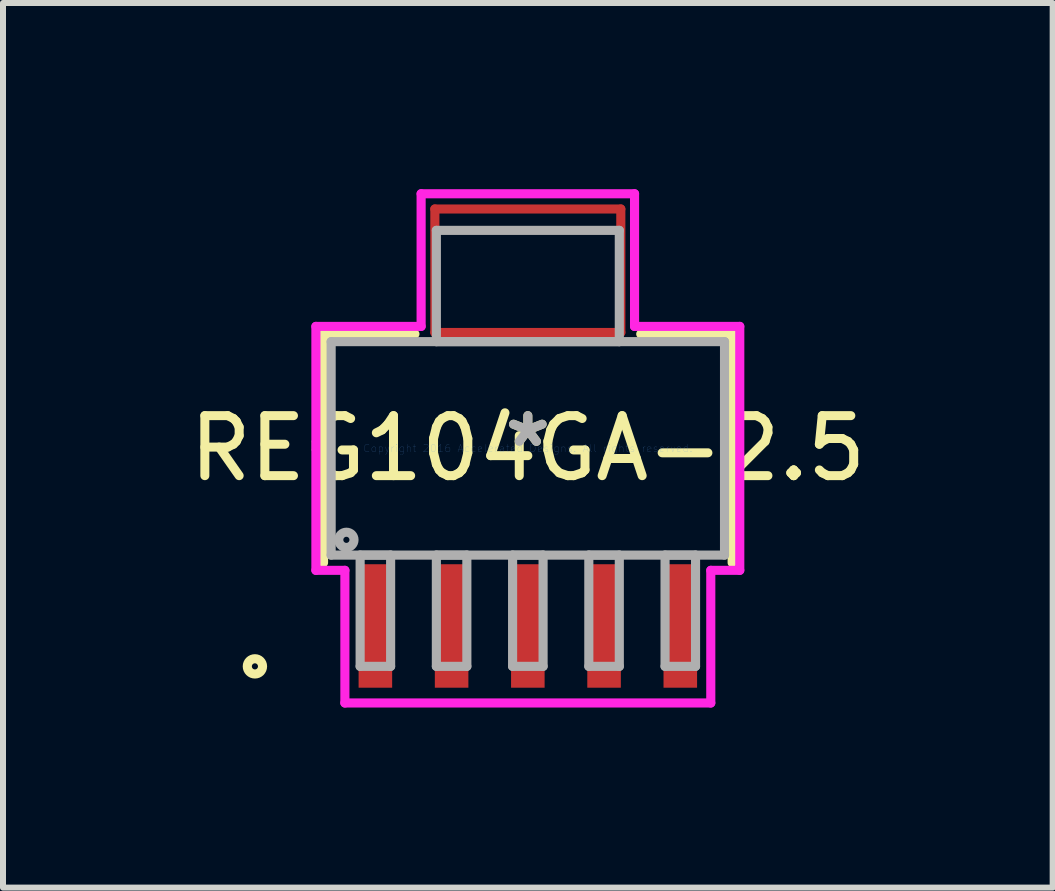
<source format=kicad_pcb>
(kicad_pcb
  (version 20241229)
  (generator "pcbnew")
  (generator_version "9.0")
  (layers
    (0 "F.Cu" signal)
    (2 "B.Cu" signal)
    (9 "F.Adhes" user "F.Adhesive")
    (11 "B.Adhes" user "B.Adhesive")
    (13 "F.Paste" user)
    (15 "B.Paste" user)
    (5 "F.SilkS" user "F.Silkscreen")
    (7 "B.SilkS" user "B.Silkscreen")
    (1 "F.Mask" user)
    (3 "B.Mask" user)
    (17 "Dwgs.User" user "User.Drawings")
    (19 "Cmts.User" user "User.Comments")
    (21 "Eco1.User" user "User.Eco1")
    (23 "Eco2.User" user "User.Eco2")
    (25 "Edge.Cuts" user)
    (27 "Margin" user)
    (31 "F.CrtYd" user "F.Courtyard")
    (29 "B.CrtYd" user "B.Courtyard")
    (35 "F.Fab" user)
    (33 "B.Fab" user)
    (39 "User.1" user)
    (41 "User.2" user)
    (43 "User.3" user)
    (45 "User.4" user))
  (footprint "REG104GA-2.5"
    (layer "F.Cu")
    (at 5.744 4.42)
    (property "Reference" "REG104GA-2.5" (at 0 0 0) (layer "F.SilkS") (effects (font (size 1 1) (thickness 0.15))))
    (attr through_hole)
    (fp_line (start -1.549 -3.988) (end -1.549 -1.93) (stroke (width 0.152) (type solid)) (layer "F.Cu"))
    (fp_line (start -1.549 -1.93) (end 1.549 -1.93) (stroke (width 0.152) (type solid)) (layer "F.Cu"))
    (fp_line (start 1.549 -3.988) (end -1.549 -3.988) (stroke (width 0.152) (type solid)) (layer "F.Cu"))
    (fp_line (start 1.549 -1.93) (end 1.549 -3.988) (stroke (width 0.152) (type solid)) (layer "F.Cu"))
    (fp_line (start -1.575 -4.343) (end -1.575 -1.575) (stroke (width 0.152) (type solid)) (layer "F.Mask"))
    (fp_line (start -1.575 -1.575) (end 1.575 -1.575) (stroke (width 0.152) (type solid)) (layer "F.Mask"))
    (fp_line (start 1.575 -4.343) (end -1.575 -4.343) (stroke (width 0.152) (type solid)) (layer "F.Mask"))
    (fp_line (start 1.575 -1.575) (end 1.575 -4.343) (stroke (width 0.152) (type solid)) (layer "F.Mask"))
    (fp_line (start -3.404 -1.905) (end -3.404 1.905) (stroke (width 0.152) (type solid)) (layer "F.SilkS"))
    (fp_line (start -1.881 -1.905) (end -3.404 -1.905) (stroke (width 0.152) (type solid)) (layer "F.SilkS"))
    (fp_line (start 3.404 -1.905) (end 1.881 -1.905) (stroke (width 0.152) (type solid)) (layer "F.SilkS"))
    (fp_line (start 3.404 1.905) (end 3.404 -1.905) (stroke (width 0.152) (type solid)) (layer "F.SilkS"))
    (fp_circle (center -4.547 3.632) (end -4.42 3.632) (stroke (width 0.152) (type solid)) (fill no) (layer "F.SilkS"))
    (fp_line (start -1.549 -3.988) (end -1.549 -1.93) (stroke (width 0.152) (type solid)) (layer "F.Paste"))
    (fp_line (start -1.549 -1.93) (end 1.549 -1.93) (stroke (width 0.152) (type solid)) (layer "F.Paste"))
    (fp_line (start 1.549 -3.988) (end -1.549 -3.988) (stroke (width 0.152) (type solid)) (layer "F.Paste"))
    (fp_line (start 1.549 -1.93) (end 1.549 -3.988) (stroke (width 0.152) (type solid)) (layer "F.Paste"))
    (fp_line (start -3.531 -2.032) (end -1.778 -2.032) (stroke (width 0.152) (type solid)) (layer "F.CrtYd"))
    (fp_line (start -3.531 2.032) (end -3.531 -2.032) (stroke (width 0.152) (type solid)) (layer "F.CrtYd"))
    (fp_line (start -3.048 2.032) (end -3.531 2.032) (stroke (width 0.152) (type solid)) (layer "F.CrtYd"))
    (fp_line (start -3.048 4.242) (end -3.048 2.032) (stroke (width 0.152) (type solid)) (layer "F.CrtYd"))
    (fp_line (start -1.778 -4.242) (end 1.778 -4.242) (stroke (width 0.152) (type solid)) (layer "F.CrtYd"))
    (fp_line (start -1.778 -2.032) (end -1.778 -4.242) (stroke (width 0.152) (type solid)) (layer "F.CrtYd"))
    (fp_line (start 1.778 -4.242) (end 1.778 -2.032) (stroke (width 0.152) (type solid)) (layer "F.CrtYd"))
    (fp_line (start 1.778 -2.032) (end 3.531 -2.032) (stroke (width 0.152) (type solid)) (layer "F.CrtYd"))
    (fp_line (start 3.048 2.032) (end 3.048 4.242) (stroke (width 0.152) (type solid)) (layer "F.CrtYd"))
    (fp_line (start 3.048 4.242) (end -3.048 4.242) (stroke (width 0.152) (type solid)) (layer "F.CrtYd"))
    (fp_line (start 3.531 -2.032) (end 3.531 2.032) (stroke (width 0.152) (type solid)) (layer "F.CrtYd"))
    (fp_line (start 3.531 2.032) (end 3.048 2.032) (stroke (width 0.152) (type solid)) (layer "F.CrtYd"))
    (fp_line (start -3.277 -1.778) (end -3.277 1.778) (stroke (width 0.152) (type solid)) (layer "F.Fab"))
    (fp_line (start -3.277 1.778) (end 3.277 1.778) (stroke (width 0.152) (type solid)) (layer "F.Fab"))
    (fp_line (start -2.794 1.778) (end -2.794 3.632) (stroke (width 0.152) (type solid)) (layer "F.Fab"))
    (fp_line (start -2.794 3.632) (end -2.286 3.632) (stroke (width 0.152) (type solid)) (layer "F.Fab"))
    (fp_line (start -2.286 1.778) (end -2.794 1.778) (stroke (width 0.152) (type solid)) (layer "F.Fab"))
    (fp_line (start -2.286 3.632) (end -2.286 1.778) (stroke (width 0.152) (type solid)) (layer "F.Fab"))
    (fp_line (start -1.524 -3.632) (end -1.524 -1.778) (stroke (width 0.152) (type solid)) (layer "F.Fab"))
    (fp_line (start -1.524 -1.778) (end 1.524 -1.778) (stroke (width 0.152) (type solid)) (layer "F.Fab"))
    (fp_line (start -1.524 1.778) (end -1.524 3.632) (stroke (width 0.152) (type solid)) (layer "F.Fab"))
    (fp_line (start -1.524 3.632) (end -1.016 3.632) (stroke (width 0.152) (type solid)) (layer "F.Fab"))
    (fp_line (start -1.016 1.778) (end -1.524 1.778) (stroke (width 0.152) (type solid)) (layer "F.Fab"))
    (fp_line (start -1.016 3.632) (end -1.016 1.778) (stroke (width 0.152) (type solid)) (layer "F.Fab"))
    (fp_line (start -0.254 1.778) (end -0.254 3.632) (stroke (width 0.152) (type solid)) (layer "F.Fab"))
    (fp_line (start -0.254 3.632) (end 0.254 3.632) (stroke (width 0.152) (type solid)) (layer "F.Fab"))
    (fp_line (start 0.254 1.778) (end -0.254 1.778) (stroke (width 0.152) (type solid)) (layer "F.Fab"))
    (fp_line (start 0.254 3.632) (end 0.254 1.778) (stroke (width 0.152) (type solid)) (layer "F.Fab"))
    (fp_line (start 1.016 1.778) (end 1.016 3.632) (stroke (width 0.152) (type solid)) (layer "F.Fab"))
    (fp_line (start 1.016 3.632) (end 1.524 3.632) (stroke (width 0.152) (type solid)) (layer "F.Fab"))
    (fp_line (start 1.524 -3.632) (end -1.524 -3.632) (stroke (width 0.152) (type solid)) (layer "F.Fab"))
    (fp_line (start 1.524 -1.778) (end 1.524 -3.632) (stroke (width 0.152) (type solid)) (layer "F.Fab"))
    (fp_line (start 1.524 1.778) (end 1.016 1.778) (stroke (width 0.152) (type solid)) (layer "F.Fab"))
    (fp_line (start 1.524 3.632) (end 1.524 1.778) (stroke (width 0.152) (type solid)) (layer "F.Fab"))
    (fp_line (start 2.286 1.778) (end 2.286 3.632) (stroke (width 0.152) (type solid)) (layer "F.Fab"))
    (fp_line (start 2.286 3.632) (end 2.794 3.632) (stroke (width 0.152) (type solid)) (layer "F.Fab"))
    (fp_line (start 2.794 1.778) (end 2.286 1.778) (stroke (width 0.152) (type solid)) (layer "F.Fab"))
    (fp_line (start 2.794 3.632) (end 2.794 1.778) (stroke (width 0.152) (type solid)) (layer "F.Fab"))
    (fp_line (start 3.277 -1.778) (end -3.277 -1.778) (stroke (width 0.152) (type solid)) (layer "F.Fab"))
    (fp_line (start 3.277 1.778) (end 3.277 -1.778) (stroke (width 0.152) (type solid)) (layer "F.Fab"))
    (fp_circle (center -3.023 1.524) (end -2.896 1.524) (stroke (width 0.152) (type solid)) (fill no) (layer "F.Fab"))
    (fp_text user "*" (at 0 0 0) (layer "F.SilkS") (effects (font (size 1 1) (thickness 0.15))))
    (fp_text user "Copyright 2016 Accelerated Designs. All rights reserved." (at 0 0 0) (layer "Cmts.User") (effects (font (size 0.127 0.127) (thickness 0.002))))
    (fp_text user "*" (at 0 0 0) (layer "F.Fab") (effects (font (size 1 1) (thickness 0.15))))
    (pad "1" smd rect (at -2.54 2.959) (size 0.559 2.057) (layers "F.Cu" "F.Mask" "F.Paste"))
    (pad "2" smd rect (at -1.27 2.959) (size 0.559 2.057) (layers "F.Cu" "F.Mask" "F.Paste"))
    (pad "3" smd rect (at 0 2.959) (size 0.559 2.057) (layers "F.Cu" "F.Mask" "F.Paste"))
    (pad "4" smd rect (at 1.27 2.959) (size 0.559 2.057) (layers "F.Cu" "F.Mask" "F.Paste"))
    (pad "5" smd rect (at 2.54 2.959) (size 0.559 2.057) (layers "F.Cu" "F.Mask" "F.Paste")))
  (gr_rect
    (start -3 -3)
    (end 14.488 11.738)
    (stroke (width 0.1) (type default))
    (fill no)
    (layer "Edge.Cuts")))
</source>
